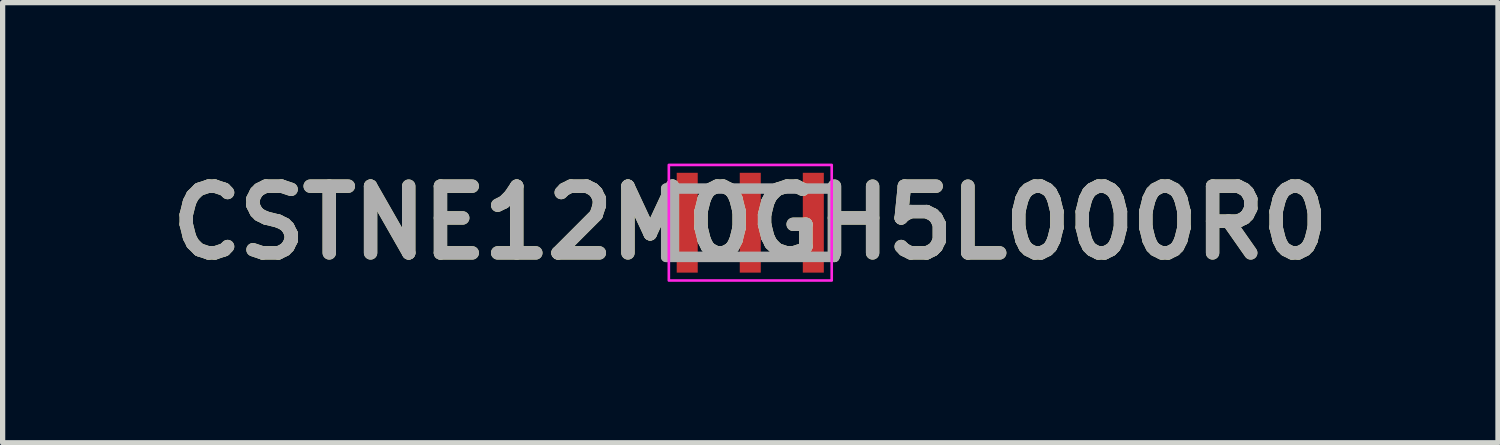
<source format=kicad_pcb>
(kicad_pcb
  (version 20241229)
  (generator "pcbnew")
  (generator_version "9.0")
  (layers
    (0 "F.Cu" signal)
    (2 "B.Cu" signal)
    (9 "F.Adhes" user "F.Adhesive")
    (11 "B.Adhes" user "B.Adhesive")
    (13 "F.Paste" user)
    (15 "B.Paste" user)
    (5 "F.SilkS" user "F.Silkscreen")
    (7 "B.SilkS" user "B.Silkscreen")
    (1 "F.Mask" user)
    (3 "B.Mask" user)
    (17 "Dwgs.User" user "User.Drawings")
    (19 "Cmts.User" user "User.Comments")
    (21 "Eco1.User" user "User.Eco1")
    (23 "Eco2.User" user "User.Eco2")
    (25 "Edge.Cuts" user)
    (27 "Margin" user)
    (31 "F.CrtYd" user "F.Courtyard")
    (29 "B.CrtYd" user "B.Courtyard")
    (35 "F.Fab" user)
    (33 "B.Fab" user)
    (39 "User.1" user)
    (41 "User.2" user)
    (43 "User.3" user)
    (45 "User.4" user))
  (footprint "CSTNE12M0GH5L000R0"
    (layer "F.Cu")
    (at 11.23 1.189)
    (property "Reference" "CSTNE12M0GH5L000R0" (at 0 0 0) (layer "F.SilkS") (effects (font (size 1.27 1.27) (thickness 0.254))))
    (attr smd)
    (fp_line (start -1.6 -0.65) (end -1.6 0.65) (stroke (width 0.1) (type solid)) (layer "F.SilkS"))
    (fp_line (start 1.6 -0.65) (end 1.6 0.65) (stroke (width 0.1) (type solid)) (layer "F.SilkS"))
    (fp_line (start 1.6 0.65) (end 1.6 0.65) (stroke (width 0.2) (type solid)) (layer "F.SilkS"))
    (fp_rect (start -1.55 -1.1) (end 1.55 1.1) (stroke (width 0.05) (type default)) (fill no) (layer "F.CrtYd"))
    (fp_line (start -1.6 -0.65) (end 1.6 -0.65) (stroke (width 0.2) (type solid)) (layer "F.Fab"))
    (fp_line (start -1.6 0.65) (end -1.6 -0.65) (stroke (width 0.2) (type solid)) (layer "F.Fab"))
    (fp_line (start 1.6 -0.65) (end 1.6 0.65) (stroke (width 0.2) (type solid)) (layer "F.Fab"))
    (fp_line (start 1.6 0.65) (end -1.6 0.65) (stroke (width 0.2) (type solid)) (layer "F.Fab"))
    (fp_text user "${REFERENCE}" (at 0 0 0) (layer "F.Fab") (effects (font (size 1.27 1.27) (thickness 0.254))))
    (pad "1" smd rect (at 1.2 0) (size 0.4 1.9) (layers "F.Cu" "F.Mask" "F.Paste"))
    (pad "2" smd rect (at 0 0) (size 0.4 1.9) (layers "F.Cu" "F.Mask" "F.Paste"))
    (pad "3" smd rect (at -1.2 0) (size 0.4 1.9) (layers "F.Cu" "F.Mask" "F.Paste")))
  (gr_rect
    (start -3 -3)
    (end 25.461 5.377)
    (stroke (width 0.1) (type default))
    (fill no)
    (layer "Edge.Cuts")))
</source>
